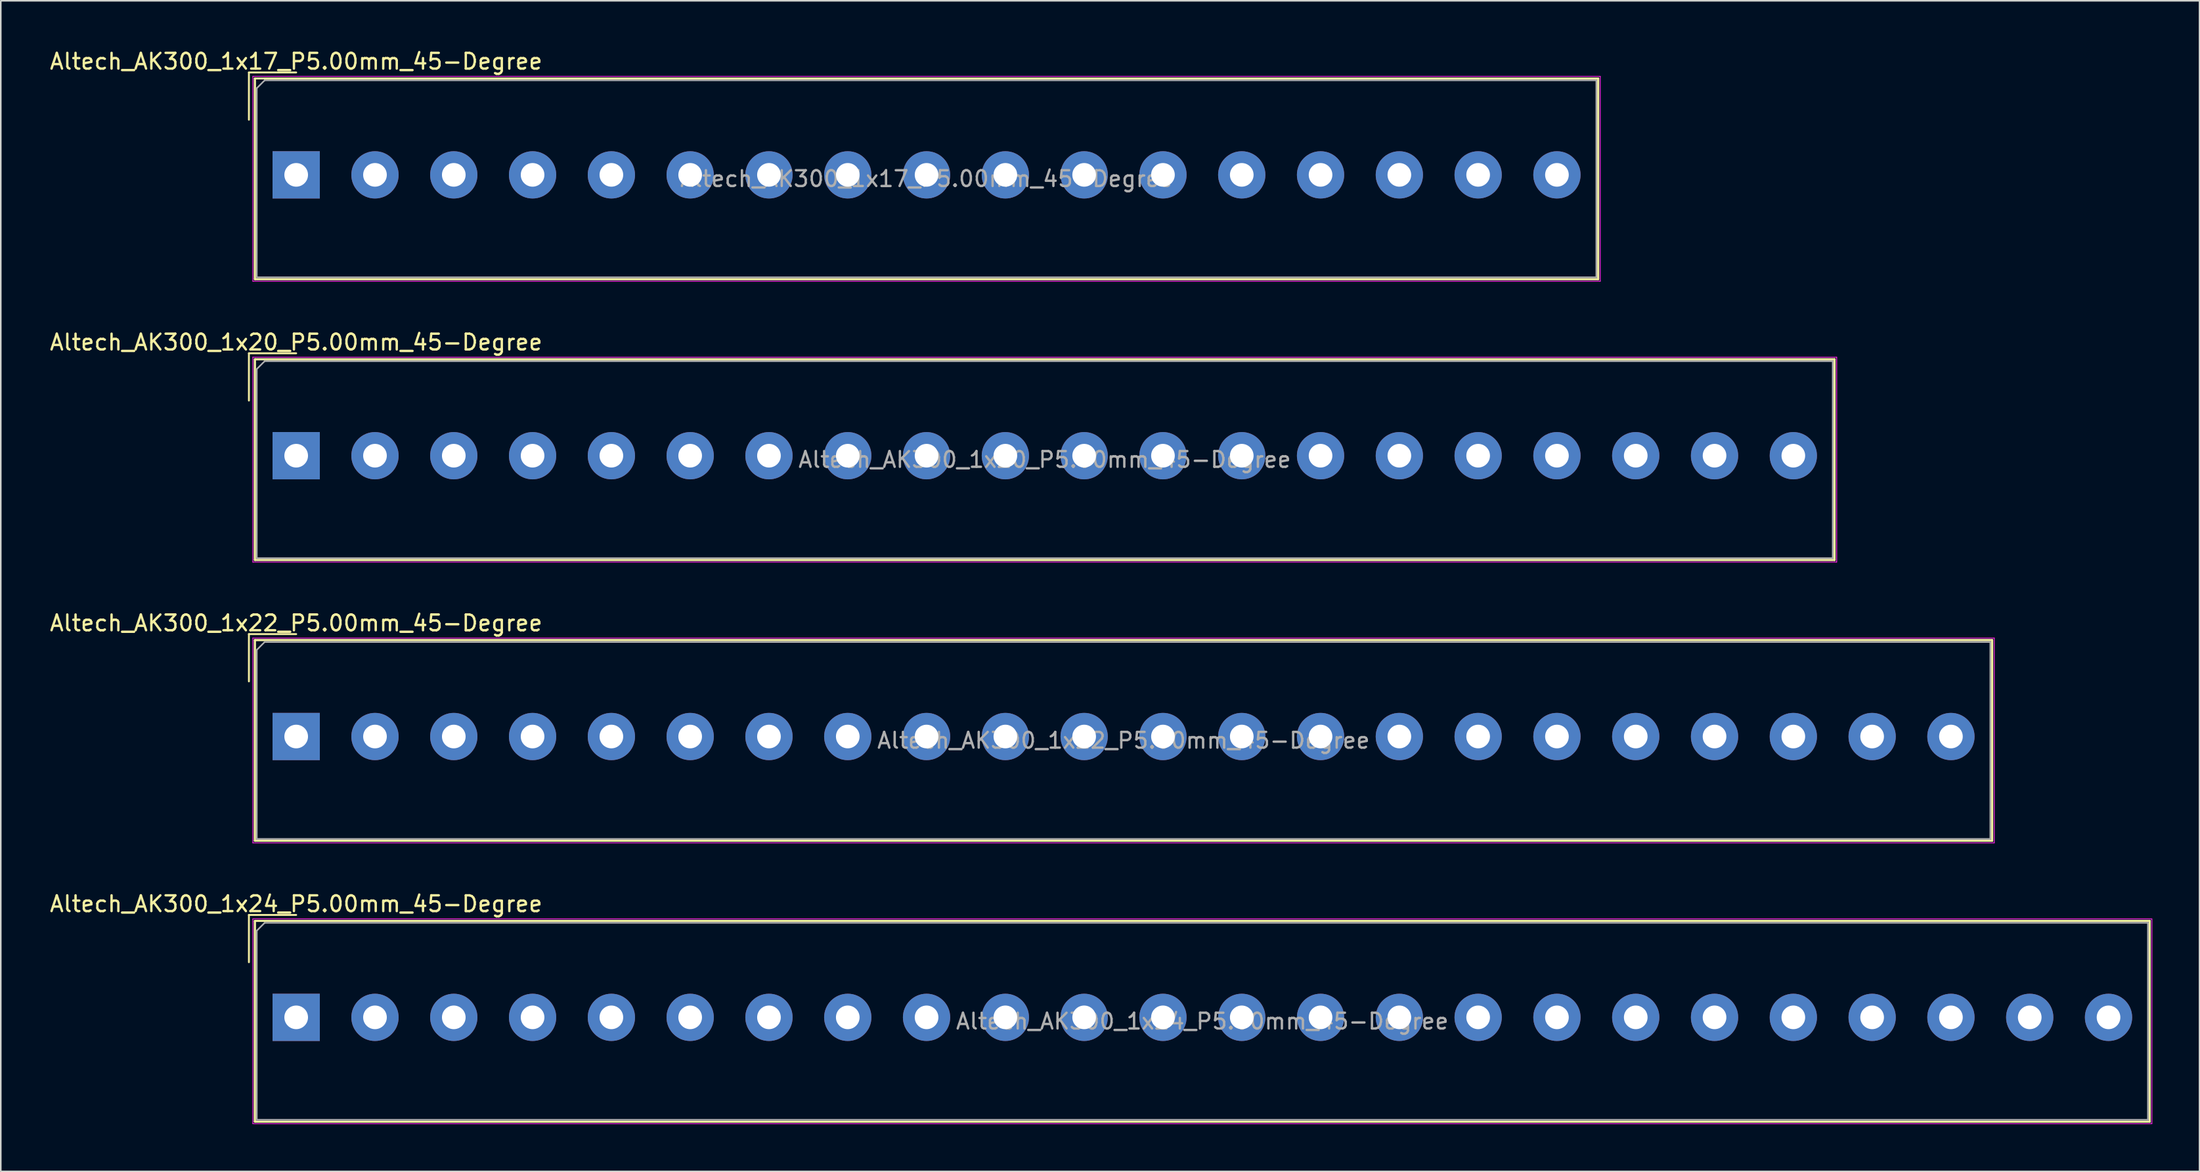
<source format=kicad_pcb>
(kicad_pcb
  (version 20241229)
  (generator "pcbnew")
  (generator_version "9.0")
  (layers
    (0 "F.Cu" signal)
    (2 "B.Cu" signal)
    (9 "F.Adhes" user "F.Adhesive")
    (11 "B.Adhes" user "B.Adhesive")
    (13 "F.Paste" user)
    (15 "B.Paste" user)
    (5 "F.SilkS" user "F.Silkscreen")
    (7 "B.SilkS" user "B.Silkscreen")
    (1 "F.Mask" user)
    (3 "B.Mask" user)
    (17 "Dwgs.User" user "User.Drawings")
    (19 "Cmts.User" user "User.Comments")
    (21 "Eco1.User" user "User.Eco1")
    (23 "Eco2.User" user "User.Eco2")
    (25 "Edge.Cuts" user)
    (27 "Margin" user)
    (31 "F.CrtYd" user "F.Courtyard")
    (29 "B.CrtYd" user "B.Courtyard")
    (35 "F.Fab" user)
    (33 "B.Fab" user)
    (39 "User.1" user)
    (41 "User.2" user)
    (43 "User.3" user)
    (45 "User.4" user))
  (footprint "Altech_AK300_1x22_P5.00mm_45-Degree"
    (layer "F.Cu")
    (at 15.744 43.695)
    (property "Reference" "Altech_AK300_1x22_P5.00mm_45-Degree" (at 0 -7.2 0) (layer "F.SilkS") (effects (font (size 1 1) (thickness 0.15))))
    (attr through_hole)
    (fp_line (start -3 -6.5) (end 0 -6.5) (stroke (width 0.12) (type solid)) (layer "F.SilkS"))
    (fp_line (start -3 -3.5) (end -3 -6.5) (stroke (width 0.12) (type solid)) (layer "F.SilkS"))
    (fp_line (start -2.62 -6.12) (end -2.62 6.62) (stroke (width 0.12) (type solid)) (layer "F.SilkS"))
    (fp_line (start -2.62 -6.12) (end -2.62 6.62) (stroke (width 0.12) (type solid)) (layer "F.SilkS"))
    (fp_line (start -2.62 -6.12) (end 107.62 -6.12) (stroke (width 0.12) (type solid)) (layer "F.SilkS"))
    (fp_line (start -2.62 -6.12) (end 107.62 -6.12) (stroke (width 0.12) (type solid)) (layer "F.SilkS"))
    (fp_line (start -2.62 6.62) (end 107.62 6.62) (stroke (width 0.12) (type solid)) (layer "F.SilkS"))
    (fp_line (start -2.62 6.62) (end 107.62 6.62) (stroke (width 0.12) (type solid)) (layer "F.SilkS"))
    (fp_line (start 107.62 -6.12) (end 107.62 6.62) (stroke (width 0.12) (type solid)) (layer "F.SilkS"))
    (fp_line (start 107.62 -6.12) (end 107.62 6.62) (stroke (width 0.12) (type solid)) (layer "F.SilkS"))
    (fp_line (start -2.75 -6.25) (end -2.75 6.75) (stroke (width 0.05) (type solid)) (layer "F.CrtYd"))
    (fp_line (start -2.75 -6.25) (end 107.75 -6.25) (stroke (width 0.05) (type solid)) (layer "F.CrtYd"))
    (fp_line (start -2.75 6.75) (end 107.75 6.75) (stroke (width 0.05) (type solid)) (layer "F.CrtYd"))
    (fp_line (start 107.75 -6.25) (end 107.75 6.75) (stroke (width 0.05) (type solid)) (layer "F.CrtYd"))
    (fp_line (start -2.5 -5.5) (end -2 -6) (stroke (width 0.1) (type solid)) (layer "F.Fab"))
    (fp_line (start -2.5 6.5) (end -2.5 -5.5) (stroke (width 0.1) (type solid)) (layer "F.Fab"))
    (fp_line (start -2 -6) (end 107.5 -6) (stroke (width 0.1) (type solid)) (layer "F.Fab"))
    (fp_line (start 107.5 -6) (end 107.5 6.5) (stroke (width 0.1) (type solid)) (layer "F.Fab"))
    (fp_line (start 107.5 6.5) (end -2.5 6.5) (stroke (width 0.1) (type solid)) (layer "F.Fab"))
    (fp_text user "${REFERENCE}" (at 52.5 0.25 0) (layer "F.Fab") (effects (font (size 1 1) (thickness 0.15))))
    (pad "1" thru_hole rect (at 0 0) (size 3 3) (drill 1.5) (layers "*.Cu" "*.Mask"))
    (pad "2" thru_hole circle (at 5 0) (size 3 3) (drill 1.5) (layers "*.Cu" "*.Mask"))
    (pad "3" thru_hole circle (at 10 0) (size 3 3) (drill 1.5) (layers "*.Cu" "*.Mask"))
    (pad "4" thru_hole circle (at 15 0) (size 3 3) (drill 1.5) (layers "*.Cu" "*.Mask"))
    (pad "5" thru_hole circle (at 20 0) (size 3 3) (drill 1.5) (layers "*.Cu" "*.Mask"))
    (pad "6" thru_hole circle (at 25 0) (size 3 3) (drill 1.5) (layers "*.Cu" "*.Mask"))
    (pad "7" thru_hole circle (at 30 0) (size 3 3) (drill 1.5) (layers "*.Cu" "*.Mask"))
    (pad "8" thru_hole circle (at 35 0) (size 3 3) (drill 1.5) (layers "*.Cu" "*.Mask"))
    (pad "9" thru_hole circle (at 40 0) (size 3 3) (drill 1.5) (layers "*.Cu" "*.Mask"))
    (pad "10" thru_hole circle (at 45 0) (size 3 3) (drill 1.5) (layers "*.Cu" "*.Mask"))
    (pad "11" thru_hole circle (at 50 0) (size 3 3) (drill 1.5) (layers "*.Cu" "*.Mask"))
    (pad "12" thru_hole circle (at 55 0) (size 3 3) (drill 1.5) (layers "*.Cu" "*.Mask"))
    (pad "13" thru_hole circle (at 60 0) (size 3 3) (drill 1.5) (layers "*.Cu" "*.Mask"))
    (pad "14" thru_hole circle (at 65 0) (size 3 3) (drill 1.5) (layers "*.Cu" "*.Mask"))
    (pad "15" thru_hole circle (at 70 0) (size 3 3) (drill 1.5) (layers "*.Cu" "*.Mask"))
    (pad "16" thru_hole circle (at 75 0) (size 3 3) (drill 1.5) (layers "*.Cu" "*.Mask"))
    (pad "17" thru_hole circle (at 80 0) (size 3 3) (drill 1.5) (layers "*.Cu" "*.Mask"))
    (pad "18" thru_hole circle (at 85 0) (size 3 3) (drill 1.5) (layers "*.Cu" "*.Mask"))
    (pad "19" thru_hole circle (at 90 0) (size 3 3) (drill 1.5) (layers "*.Cu" "*.Mask"))
    (pad "20" thru_hole circle (at 95 0) (size 3 3) (drill 1.5) (layers "*.Cu" "*.Mask"))
    (pad "21" thru_hole circle (at 100 0) (size 3 3) (drill 1.5) (layers "*.Cu" "*.Mask"))
    (pad "22" thru_hole circle (at 105 0) (size 3 3) (drill 1.5) (layers "*.Cu" "*.Mask")))
  (footprint "Altech_AK300_1x20_P5.00mm_45-Degree"
    (layer "F.Cu")
    (at 15.744 25.872)
    (property "Reference" "Altech_AK300_1x20_P5.00mm_45-Degree" (at 0 -7.2 0) (layer "F.SilkS") (effects (font (size 1 1) (thickness 0.15))))
    (attr through_hole)
    (fp_line (start -3 -6.5) (end 0 -6.5) (stroke (width 0.12) (type solid)) (layer "F.SilkS"))
    (fp_line (start -3 -3.5) (end -3 -6.5) (stroke (width 0.12) (type solid)) (layer "F.SilkS"))
    (fp_line (start -2.62 -6.12) (end -2.62 6.62) (stroke (width 0.12) (type solid)) (layer "F.SilkS"))
    (fp_line (start -2.62 -6.12) (end -2.62 6.62) (stroke (width 0.12) (type solid)) (layer "F.SilkS"))
    (fp_line (start -2.62 -6.12) (end 97.62 -6.12) (stroke (width 0.12) (type solid)) (layer "F.SilkS"))
    (fp_line (start -2.62 -6.12) (end 97.62 -6.12) (stroke (width 0.12) (type solid)) (layer "F.SilkS"))
    (fp_line (start -2.62 6.62) (end 97.62 6.62) (stroke (width 0.12) (type solid)) (layer "F.SilkS"))
    (fp_line (start -2.62 6.62) (end 97.62 6.62) (stroke (width 0.12) (type solid)) (layer "F.SilkS"))
    (fp_line (start 97.62 -6.12) (end 97.62 6.62) (stroke (width 0.12) (type solid)) (layer "F.SilkS"))
    (fp_line (start 97.62 -6.12) (end 97.62 6.62) (stroke (width 0.12) (type solid)) (layer "F.SilkS"))
    (fp_line (start -2.75 -6.25) (end -2.75 6.75) (stroke (width 0.05) (type solid)) (layer "F.CrtYd"))
    (fp_line (start -2.75 -6.25) (end 97.75 -6.25) (stroke (width 0.05) (type solid)) (layer "F.CrtYd"))
    (fp_line (start -2.75 6.75) (end 97.75 6.75) (stroke (width 0.05) (type solid)) (layer "F.CrtYd"))
    (fp_line (start 97.75 -6.25) (end 97.75 6.75) (stroke (width 0.05) (type solid)) (layer "F.CrtYd"))
    (fp_line (start -2.5 -5.5) (end -2 -6) (stroke (width 0.1) (type solid)) (layer "F.Fab"))
    (fp_line (start -2.5 6.5) (end -2.5 -5.5) (stroke (width 0.1) (type solid)) (layer "F.Fab"))
    (fp_line (start -2 -6) (end 97.5 -6) (stroke (width 0.1) (type solid)) (layer "F.Fab"))
    (fp_line (start 97.5 -6) (end 97.5 6.5) (stroke (width 0.1) (type solid)) (layer "F.Fab"))
    (fp_line (start 97.5 6.5) (end -2.5 6.5) (stroke (width 0.1) (type solid)) (layer "F.Fab"))
    (fp_text user "${REFERENCE}" (at 47.5 0.25 0) (layer "F.Fab") (effects (font (size 1 1) (thickness 0.15))))
    (pad "1" thru_hole rect (at 0 0) (size 3 3) (drill 1.5) (layers "*.Cu" "*.Mask"))
    (pad "2" thru_hole circle (at 5 0) (size 3 3) (drill 1.5) (layers "*.Cu" "*.Mask"))
    (pad "3" thru_hole circle (at 10 0) (size 3 3) (drill 1.5) (layers "*.Cu" "*.Mask"))
    (pad "4" thru_hole circle (at 15 0) (size 3 3) (drill 1.5) (layers "*.Cu" "*.Mask"))
    (pad "5" thru_hole circle (at 20 0) (size 3 3) (drill 1.5) (layers "*.Cu" "*.Mask"))
    (pad "6" thru_hole circle (at 25 0) (size 3 3) (drill 1.5) (layers "*.Cu" "*.Mask"))
    (pad "7" thru_hole circle (at 30 0) (size 3 3) (drill 1.5) (layers "*.Cu" "*.Mask"))
    (pad "8" thru_hole circle (at 35 0) (size 3 3) (drill 1.5) (layers "*.Cu" "*.Mask"))
    (pad "9" thru_hole circle (at 40 0) (size 3 3) (drill 1.5) (layers "*.Cu" "*.Mask"))
    (pad "10" thru_hole circle (at 45 0) (size 3 3) (drill 1.5) (layers "*.Cu" "*.Mask"))
    (pad "11" thru_hole circle (at 50 0) (size 3 3) (drill 1.5) (layers "*.Cu" "*.Mask"))
    (pad "12" thru_hole circle (at 55 0) (size 3 3) (drill 1.5) (layers "*.Cu" "*.Mask"))
    (pad "13" thru_hole circle (at 60 0) (size 3 3) (drill 1.5) (layers "*.Cu" "*.Mask"))
    (pad "14" thru_hole circle (at 65 0) (size 3 3) (drill 1.5) (layers "*.Cu" "*.Mask"))
    (pad "15" thru_hole circle (at 70 0) (size 3 3) (drill 1.5) (layers "*.Cu" "*.Mask"))
    (pad "16" thru_hole circle (at 75 0) (size 3 3) (drill 1.5) (layers "*.Cu" "*.Mask"))
    (pad "17" thru_hole circle (at 80 0) (size 3 3) (drill 1.5) (layers "*.Cu" "*.Mask"))
    (pad "18" thru_hole circle (at 85 0) (size 3 3) (drill 1.5) (layers "*.Cu" "*.Mask"))
    (pad "19" thru_hole circle (at 90 0) (size 3 3) (drill 1.5) (layers "*.Cu" "*.Mask"))
    (pad "20" thru_hole circle (at 95 0) (size 3 3) (drill 1.5) (layers "*.Cu" "*.Mask")))
  (footprint "Altech_AK300_1x24_P5.00mm_45-Degree"
    (layer "F.Cu")
    (at 15.744 61.518)
    (property "Reference" "Altech_AK300_1x24_P5.00mm_45-Degree" (at 0 -7.2 0) (layer "F.SilkS") (effects (font (size 1 1) (thickness 0.15))))
    (attr through_hole)
    (fp_line (start -3 -6.5) (end 0 -6.5) (stroke (width 0.12) (type solid)) (layer "F.SilkS"))
    (fp_line (start -3 -3.5) (end -3 -6.5) (stroke (width 0.12) (type solid)) (layer "F.SilkS"))
    (fp_line (start -2.62 -6.12) (end -2.62 6.62) (stroke (width 0.12) (type solid)) (layer "F.SilkS"))
    (fp_line (start -2.62 -6.12) (end -2.62 6.62) (stroke (width 0.12) (type solid)) (layer "F.SilkS"))
    (fp_line (start -2.62 -6.12) (end 117.62 -6.12) (stroke (width 0.12) (type solid)) (layer "F.SilkS"))
    (fp_line (start -2.62 -6.12) (end 117.62 -6.12) (stroke (width 0.12) (type solid)) (layer "F.SilkS"))
    (fp_line (start -2.62 6.62) (end 117.62 6.62) (stroke (width 0.12) (type solid)) (layer "F.SilkS"))
    (fp_line (start -2.62 6.62) (end 117.62 6.62) (stroke (width 0.12) (type solid)) (layer "F.SilkS"))
    (fp_line (start 117.62 -6.12) (end 117.62 6.62) (stroke (width 0.12) (type solid)) (layer "F.SilkS"))
    (fp_line (start 117.62 -6.12) (end 117.62 6.62) (stroke (width 0.12) (type solid)) (layer "F.SilkS"))
    (fp_line (start -2.75 -6.25) (end -2.75 6.75) (stroke (width 0.05) (type solid)) (layer "F.CrtYd"))
    (fp_line (start -2.75 -6.25) (end 117.75 -6.25) (stroke (width 0.05) (type solid)) (layer "F.CrtYd"))
    (fp_line (start -2.75 6.75) (end 117.75 6.75) (stroke (width 0.05) (type solid)) (layer "F.CrtYd"))
    (fp_line (start 117.75 -6.25) (end 117.75 6.75) (stroke (width 0.05) (type solid)) (layer "F.CrtYd"))
    (fp_line (start -2.5 -5.5) (end -2 -6) (stroke (width 0.1) (type solid)) (layer "F.Fab"))
    (fp_line (start -2.5 6.5) (end -2.5 -5.5) (stroke (width 0.1) (type solid)) (layer "F.Fab"))
    (fp_line (start -2 -6) (end 117.5 -6) (stroke (width 0.1) (type solid)) (layer "F.Fab"))
    (fp_line (start 117.5 -6) (end 117.5 6.5) (stroke (width 0.1) (type solid)) (layer "F.Fab"))
    (fp_line (start 117.5 6.5) (end -2.5 6.5) (stroke (width 0.1) (type solid)) (layer "F.Fab"))
    (fp_text user "${REFERENCE}" (at 57.5 0.25 0) (layer "F.Fab") (effects (font (size 1 1) (thickness 0.15))))
    (pad "1" thru_hole rect (at 0 0) (size 3 3) (drill 1.5) (layers "*.Cu" "*.Mask"))
    (pad "2" thru_hole circle (at 5 0) (size 3 3) (drill 1.5) (layers "*.Cu" "*.Mask"))
    (pad "3" thru_hole circle (at 10 0) (size 3 3) (drill 1.5) (layers "*.Cu" "*.Mask"))
    (pad "4" thru_hole circle (at 15 0) (size 3 3) (drill 1.5) (layers "*.Cu" "*.Mask"))
    (pad "5" thru_hole circle (at 20 0) (size 3 3) (drill 1.5) (layers "*.Cu" "*.Mask"))
    (pad "6" thru_hole circle (at 25 0) (size 3 3) (drill 1.5) (layers "*.Cu" "*.Mask"))
    (pad "7" thru_hole circle (at 30 0) (size 3 3) (drill 1.5) (layers "*.Cu" "*.Mask"))
    (pad "8" thru_hole circle (at 35 0) (size 3 3) (drill 1.5) (layers "*.Cu" "*.Mask"))
    (pad "9" thru_hole circle (at 40 0) (size 3 3) (drill 1.5) (layers "*.Cu" "*.Mask"))
    (pad "10" thru_hole circle (at 45 0) (size 3 3) (drill 1.5) (layers "*.Cu" "*.Mask"))
    (pad "11" thru_hole circle (at 50 0) (size 3 3) (drill 1.5) (layers "*.Cu" "*.Mask"))
    (pad "12" thru_hole circle (at 55 0) (size 3 3) (drill 1.5) (layers "*.Cu" "*.Mask"))
    (pad "13" thru_hole circle (at 60 0) (size 3 3) (drill 1.5) (layers "*.Cu" "*.Mask"))
    (pad "14" thru_hole circle (at 65 0) (size 3 3) (drill 1.5) (layers "*.Cu" "*.Mask"))
    (pad "15" thru_hole circle (at 70 0) (size 3 3) (drill 1.5) (layers "*.Cu" "*.Mask"))
    (pad "16" thru_hole circle (at 75 0) (size 3 3) (drill 1.5) (layers "*.Cu" "*.Mask"))
    (pad "17" thru_hole circle (at 80 0) (size 3 3) (drill 1.5) (layers "*.Cu" "*.Mask"))
    (pad "18" thru_hole circle (at 85 0) (size 3 3) (drill 1.5) (layers "*.Cu" "*.Mask"))
    (pad "19" thru_hole circle (at 90 0) (size 3 3) (drill 1.5) (layers "*.Cu" "*.Mask"))
    (pad "20" thru_hole circle (at 95 0) (size 3 3) (drill 1.5) (layers "*.Cu" "*.Mask"))
    (pad "21" thru_hole circle (at 100 0) (size 3 3) (drill 1.5) (layers "*.Cu" "*.Mask"))
    (pad "22" thru_hole circle (at 105 0) (size 3 3) (drill 1.5) (layers "*.Cu" "*.Mask"))
    (pad "23" thru_hole circle (at 110 0) (size 3 3) (drill 1.5) (layers "*.Cu" "*.Mask"))
    (pad "24" thru_hole circle (at 115 0) (size 3 3) (drill 1.5) (layers "*.Cu" "*.Mask")))
  (footprint "Altech_AK300_1x17_P5.00mm_45-Degree"
    (layer "F.Cu")
    (at 15.744 8.048)
    (property "Reference" "Altech_AK300_1x17_P5.00mm_45-Degree" (at 0 -7.2 0) (layer "F.SilkS") (effects (font (size 1 1) (thickness 0.15))))
    (attr through_hole)
    (fp_line (start -3 -6.5) (end 0 -6.5) (stroke (width 0.12) (type solid)) (layer "F.SilkS"))
    (fp_line (start -3 -3.5) (end -3 -6.5) (stroke (width 0.12) (type solid)) (layer "F.SilkS"))
    (fp_line (start -2.62 -6.12) (end -2.62 6.62) (stroke (width 0.12) (type solid)) (layer "F.SilkS"))
    (fp_line (start -2.62 -6.12) (end -2.62 6.62) (stroke (width 0.12) (type solid)) (layer "F.SilkS"))
    (fp_line (start -2.62 -6.12) (end 82.62 -6.12) (stroke (width 0.12) (type solid)) (layer "F.SilkS"))
    (fp_line (start -2.62 -6.12) (end 82.62 -6.12) (stroke (width 0.12) (type solid)) (layer "F.SilkS"))
    (fp_line (start -2.62 6.62) (end 82.62 6.62) (stroke (width 0.12) (type solid)) (layer "F.SilkS"))
    (fp_line (start -2.62 6.62) (end 82.62 6.62) (stroke (width 0.12) (type solid)) (layer "F.SilkS"))
    (fp_line (start 82.62 -6.12) (end 82.62 6.62) (stroke (width 0.12) (type solid)) (layer "F.SilkS"))
    (fp_line (start 82.62 -6.12) (end 82.62 6.62) (stroke (width 0.12) (type solid)) (layer "F.SilkS"))
    (fp_line (start -2.75 -6.25) (end -2.75 6.75) (stroke (width 0.05) (type solid)) (layer "F.CrtYd"))
    (fp_line (start -2.75 -6.25) (end 82.75 -6.25) (stroke (width 0.05) (type solid)) (layer "F.CrtYd"))
    (fp_line (start -2.75 6.75) (end 82.75 6.75) (stroke (width 0.05) (type solid)) (layer "F.CrtYd"))
    (fp_line (start 82.75 -6.25) (end 82.75 6.75) (stroke (width 0.05) (type solid)) (layer "F.CrtYd"))
    (fp_line (start -2.5 -5.5) (end -2 -6) (stroke (width 0.1) (type solid)) (layer "F.Fab"))
    (fp_line (start -2.5 6.5) (end -2.5 -5.5) (stroke (width 0.1) (type solid)) (layer "F.Fab"))
    (fp_line (start -2 -6) (end 82.5 -6) (stroke (width 0.1) (type solid)) (layer "F.Fab"))
    (fp_line (start 82.5 -6) (end 82.5 6.5) (stroke (width 0.1) (type solid)) (layer "F.Fab"))
    (fp_line (start 82.5 6.5) (end -2.5 6.5) (stroke (width 0.1) (type solid)) (layer "F.Fab"))
    (fp_text user "${REFERENCE}" (at 40 0.25 0) (layer "F.Fab") (effects (font (size 1 1) (thickness 0.15))))
    (pad "1" thru_hole rect (at 0 0) (size 3 3) (drill 1.5) (layers "*.Cu" "*.Mask"))
    (pad "2" thru_hole circle (at 5 0) (size 3 3) (drill 1.5) (layers "*.Cu" "*.Mask"))
    (pad "3" thru_hole circle (at 10 0) (size 3 3) (drill 1.5) (layers "*.Cu" "*.Mask"))
    (pad "4" thru_hole circle (at 15 0) (size 3 3) (drill 1.5) (layers "*.Cu" "*.Mask"))
    (pad "5" thru_hole circle (at 20 0) (size 3 3) (drill 1.5) (layers "*.Cu" "*.Mask"))
    (pad "6" thru_hole circle (at 25 0) (size 3 3) (drill 1.5) (layers "*.Cu" "*.Mask"))
    (pad "7" thru_hole circle (at 30 0) (size 3 3) (drill 1.5) (layers "*.Cu" "*.Mask"))
    (pad "8" thru_hole circle (at 35 0) (size 3 3) (drill 1.5) (layers "*.Cu" "*.Mask"))
    (pad "9" thru_hole circle (at 40 0) (size 3 3) (drill 1.5) (layers "*.Cu" "*.Mask"))
    (pad "10" thru_hole circle (at 45 0) (size 3 3) (drill 1.5) (layers "*.Cu" "*.Mask"))
    (pad "11" thru_hole circle (at 50 0) (size 3 3) (drill 1.5) (layers "*.Cu" "*.Mask"))
    (pad "12" thru_hole circle (at 55 0) (size 3 3) (drill 1.5) (layers "*.Cu" "*.Mask"))
    (pad "13" thru_hole circle (at 60 0) (size 3 3) (drill 1.5) (layers "*.Cu" "*.Mask"))
    (pad "14" thru_hole circle (at 65 0) (size 3 3) (drill 1.5) (layers "*.Cu" "*.Mask"))
    (pad "15" thru_hole circle (at 70 0) (size 3 3) (drill 1.5) (layers "*.Cu" "*.Mask"))
    (pad "16" thru_hole circle (at 75 0) (size 3 3) (drill 1.5) (layers "*.Cu" "*.Mask"))
    (pad "17" thru_hole circle (at 80 0) (size 3 3) (drill 1.5) (layers "*.Cu" "*.Mask")))
  (gr_rect
    (start -3 -3)
    (end 136.519 71.293)
    (stroke (width 0.1) (type default))
    (fill no)
    (layer "Edge.Cuts")))
</source>
